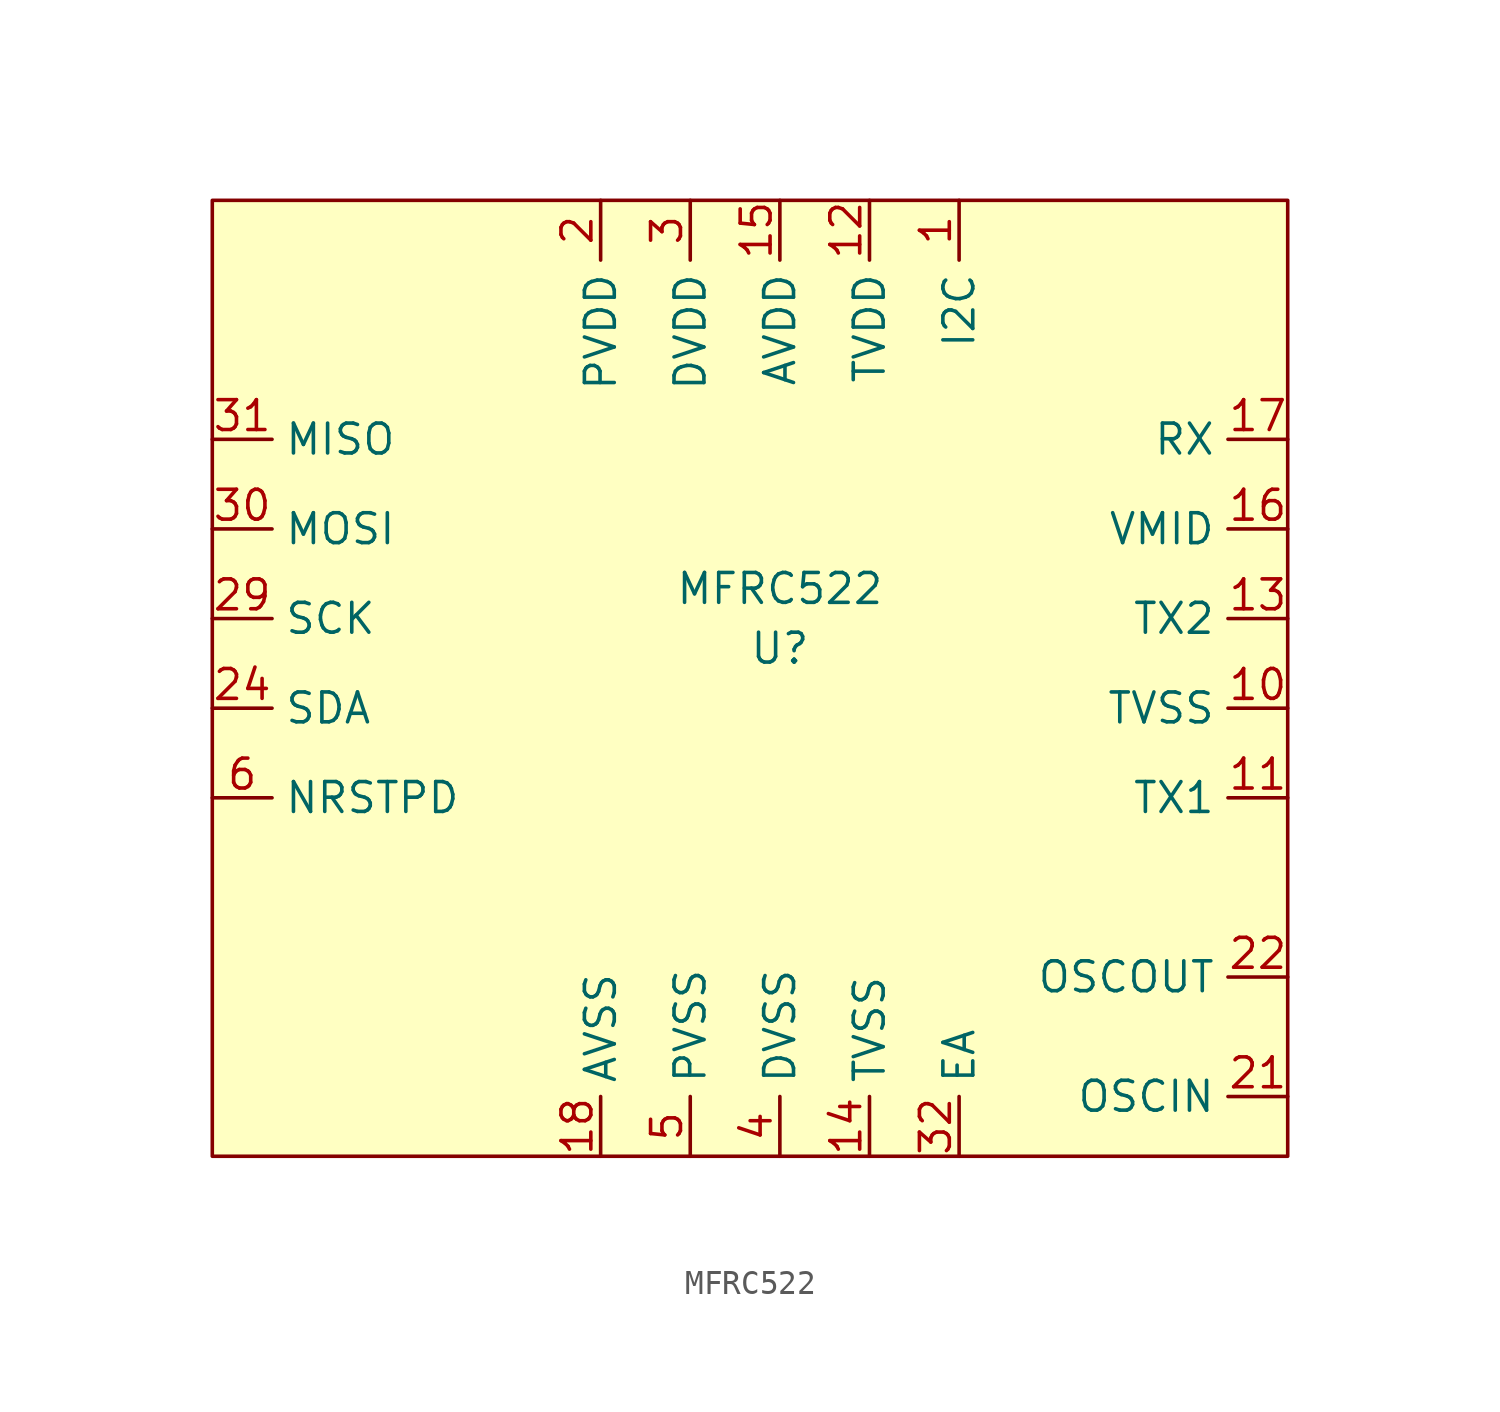
<source format=kicad_sym>
(kicad_symbol_lib
  (version 20220126)
  (generator kicad_symbol_editor)
  (symbol "MFRC522"
    (property "Reference" "U"
      (at 0 0 0)
      (effects (font (size 1.27 1.27))))
    (property "Value" "MFRC522"
      (at 0 2.54 0)
      (effects (font (size 1.27 1.27))))
    (symbol "MFRC522_0_1"
      (rectangle (start -24.13 19.05) (end 21.59 -21.59) (stroke (width 0.152) (type default)) (fill (type background))))
    (symbol "MFRC522_1_1"
      (pin input line (at 7.62 19.05 270) (length 2.54) (name "I2C" (effects (font (size 1.27 1.27)))) (number "1" (effects (font (size 1.27 1.27)))))
      (pin passive line (at 21.59 -2.54 180) (length 2.54) (name "TVSS" (effects (font (size 1.27 1.27)))) (number "10" (effects (font (size 1.27 1.27)))))
      (pin passive line (at 21.59 -6.35 180) (length 2.54) (name "TX1" (effects (font (size 1.27 1.27)))) (number "11" (effects (font (size 1.27 1.27)))))
      (pin input line (at 3.81 19.05 270) (length 2.54) (name "TVDD" (effects (font (size 1.27 1.27)))) (number "12" (effects (font (size 1.27 1.27)))))
      (pin passive line (at 21.59 1.27 180) (length 2.54) (name "TX2" (effects (font (size 1.27 1.27)))) (number "13" (effects (font (size 1.27 1.27)))))
      (pin input line (at 3.81 -21.59 90) (length 2.54) (name "TVSS" (effects (font (size 1.27 1.27)))) (number "14" (effects (font (size 1.27 1.27)))))
      (pin input line (at 0 19.05 270) (length 2.54) (name "AVDD" (effects (font (size 1.27 1.27)))) (number "15" (effects (font (size 1.27 1.27)))))
      (pin passive line (at 21.59 5.08 180) (length 2.54) (name "VMID" (effects (font (size 1.27 1.27)))) (number "16" (effects (font (size 1.27 1.27)))))
      (pin passive line (at 21.59 8.89 180) (length 2.54) (name "RX" (effects (font (size 1.27 1.27)))) (number "17" (effects (font (size 1.27 1.27)))))
      (pin input line (at -7.62 -21.59 90) (length 2.54) (name "AVSS" (effects (font (size 1.27 1.27)))) (number "18" (effects (font (size 1.27 1.27)))))
      (pin input line (at -7.62 19.05 270) (length 2.54) (name "PVDD" (effects (font (size 1.27 1.27)))) (number "2" (effects (font (size 1.27 1.27)))))
      (pin input line (at 21.59 -19.05 180) (length 2.54) (name "OSCIN" (effects (font (size 1.27 1.27)))) (number "21" (effects (font (size 1.27 1.27)))))
      (pin input line (at 21.59 -13.97 180) (length 2.54) (name "OSCOUT" (effects (font (size 1.27 1.27)))) (number "22" (effects (font (size 1.27 1.27)))))
      (pin input line (at -24.13 -2.54 0) (length 2.54) (name "SDA" (effects (font (size 1.27 1.27)))) (number "24" (effects (font (size 1.27 1.27)))))
      (pin input line (at -24.13 1.27 0) (length 2.54) (name "SCK" (effects (font (size 1.27 1.27)))) (number "29" (effects (font (size 1.27 1.27)))))
      (pin input line (at -3.81 19.05 270) (length 2.54) (name "DVDD" (effects (font (size 1.27 1.27)))) (number "3" (effects (font (size 1.27 1.27)))))
      (pin input line (at -24.13 5.08 0) (length 2.54) (name "MOSI" (effects (font (size 1.27 1.27)))) (number "30" (effects (font (size 1.27 1.27)))))
      (pin output line (at -24.13 8.89 0) (length 2.54) (name "MISO" (effects (font (size 1.27 1.27)))) (number "31" (effects (font (size 1.27 1.27)))))
      (pin input line (at 7.62 -21.59 90) (length 2.54) (name "EA" (effects (font (size 1.27 1.27)))) (number "32" (effects (font (size 1.27 1.27)))))
      (pin input line (at 0 -21.59 90) (length 2.54) (name "DVSS" (effects (font (size 1.27 1.27)))) (number "4" (effects (font (size 1.27 1.27)))))
      (pin input line (at -3.81 -21.59 90) (length 2.54) (name "PVSS" (effects (font (size 1.27 1.27)))) (number "5" (effects (font (size 1.27 1.27)))))
      (pin input line (at -24.13 -6.35 0) (length 2.54) (name "NRSTPD" (effects (font (size 1.27 1.27)))) (number "6" (effects (font (size 1.27 1.27))))))))
</source>
